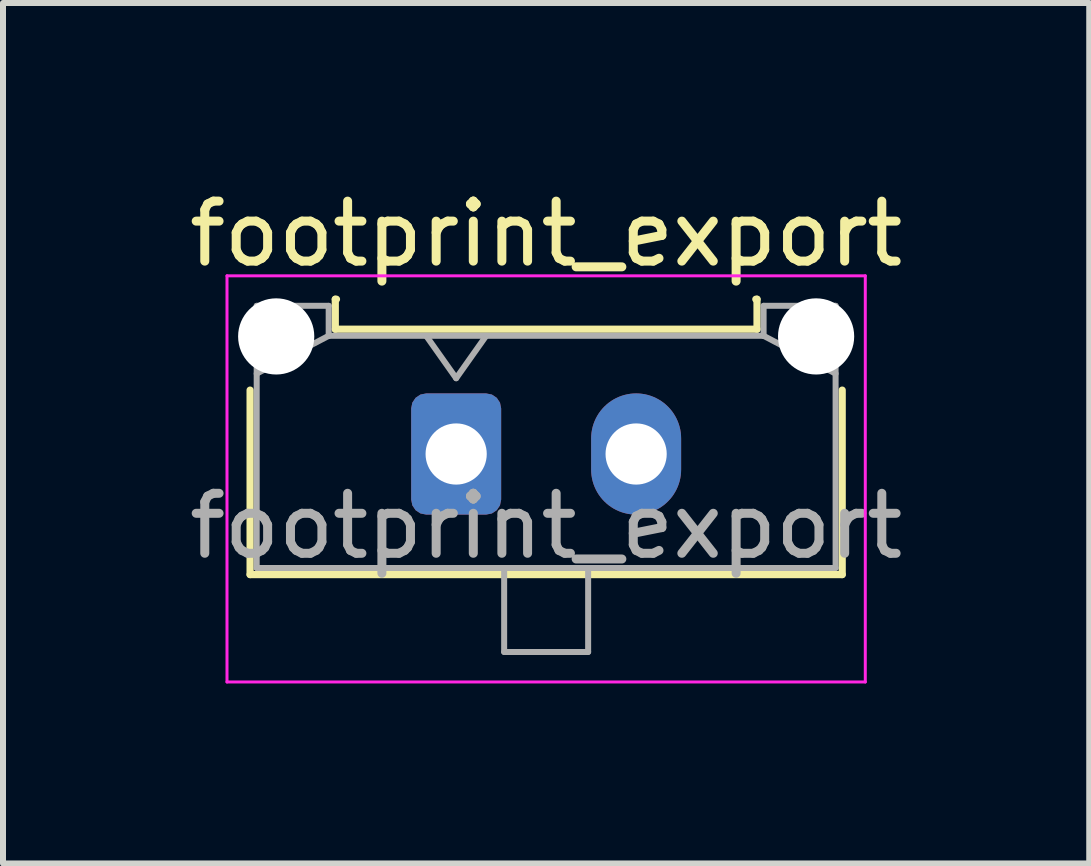
<source format=kicad_pcb>
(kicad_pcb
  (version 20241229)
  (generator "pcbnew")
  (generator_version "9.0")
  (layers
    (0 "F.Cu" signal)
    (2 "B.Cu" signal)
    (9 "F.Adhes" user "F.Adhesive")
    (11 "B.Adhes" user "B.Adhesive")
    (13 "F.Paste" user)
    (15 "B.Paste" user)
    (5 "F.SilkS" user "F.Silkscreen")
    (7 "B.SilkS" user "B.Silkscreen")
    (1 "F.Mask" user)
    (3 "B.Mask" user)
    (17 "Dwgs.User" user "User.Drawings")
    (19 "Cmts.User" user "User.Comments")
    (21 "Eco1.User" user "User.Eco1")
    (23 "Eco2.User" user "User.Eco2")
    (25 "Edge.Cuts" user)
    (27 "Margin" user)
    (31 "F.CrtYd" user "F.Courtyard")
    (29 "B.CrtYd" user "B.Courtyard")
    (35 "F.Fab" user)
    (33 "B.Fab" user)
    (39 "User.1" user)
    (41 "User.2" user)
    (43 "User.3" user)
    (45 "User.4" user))
  (footprint "footprint_export"
    (layer "F.Cu")
    (at 4.554 4.518)
    (property "Reference" "footprint_export" (at 1.5 -3.67 0) (layer "F.SilkS") (effects (font (size 1 1) (thickness 0.15))))
    (attr through_hole)
    (fp_line (start -3.435 -1.065) (end -3.435 2.01) (stroke (width 0.12) (type solid)) (layer "F.SilkS"))
    (fp_line (start -3.435 2.01) (end 6.435 2.01) (stroke (width 0.12) (type solid)) (layer "F.SilkS"))
    (fp_line (start -2.015 -2.58) (end -2.015 -2.08) (stroke (width 0.12) (type solid)) (layer "F.SilkS"))
    (fp_line (start -2.015 -2.08) (end 5.015 -2.08) (stroke (width 0.12) (type solid)) (layer "F.SilkS"))
    (fp_line (start -1.995 -2.58) (end -2.015 -2.58) (stroke (width 0.12) (type solid)) (layer "F.SilkS"))
    (fp_line (start 5.015 -2.58) (end 4.995 -2.58) (stroke (width 0.12) (type solid)) (layer "F.SilkS"))
    (fp_line (start 5.015 -2.08) (end 5.015 -2.58) (stroke (width 0.12) (type solid)) (layer "F.SilkS"))
    (fp_line (start 6.435 2.01) (end 6.435 -1.065) (stroke (width 0.12) (type solid)) (layer "F.SilkS"))
    (fp_line (start -3.82 -2.97) (end 6.82 -2.97) (stroke (width 0.05) (type solid)) (layer "F.CrtYd"))
    (fp_line (start -3.82 3.8) (end -3.82 -2.97) (stroke (width 0.05) (type solid)) (layer "F.CrtYd"))
    (fp_line (start 6.82 -2.97) (end 6.82 3.8) (stroke (width 0.05) (type solid)) (layer "F.CrtYd"))
    (fp_line (start 6.82 3.8) (end -3.82 3.8) (stroke (width 0.05) (type solid)) (layer "F.CrtYd"))
    (fp_line (start -3.325 -2.47) (end -3.325 1.9) (stroke (width 0.1) (type solid)) (layer "F.Fab"))
    (fp_line (start -3.325 -1.34) (end -2.125 -1.97) (stroke (width 0.1) (type solid)) (layer "F.Fab"))
    (fp_line (start -3.325 1.9) (end 6.325 1.9) (stroke (width 0.1) (type solid)) (layer "F.Fab"))
    (fp_line (start -2.125 -2.47) (end -3.325 -2.47) (stroke (width 0.1) (type solid)) (layer "F.Fab"))
    (fp_line (start -2.125 -1.97) (end -2.125 -2.47) (stroke (width 0.1) (type solid)) (layer "F.Fab"))
    (fp_line (start -0.5 -1.97) (end 0 -1.263) (stroke (width 0.1) (type solid)) (layer "F.Fab"))
    (fp_line (start 0 -1.263) (end 0.5 -1.97) (stroke (width 0.1) (type solid)) (layer "F.Fab"))
    (fp_line (start 0.8 1.9) (end 0.8 3.3) (stroke (width 0.1) (type solid)) (layer "F.Fab"))
    (fp_line (start 0.8 3.3) (end 2.2 3.3) (stroke (width 0.1) (type solid)) (layer "F.Fab"))
    (fp_line (start 2.2 3.3) (end 2.2 1.9) (stroke (width 0.1) (type solid)) (layer "F.Fab"))
    (fp_line (start 5.125 -2.47) (end 5.125 -1.97) (stroke (width 0.1) (type solid)) (layer "F.Fab"))
    (fp_line (start 5.125 -1.97) (end -2.125 -1.97) (stroke (width 0.1) (type solid)) (layer "F.Fab"))
    (fp_line (start 6.325 -2.47) (end 5.125 -2.47) (stroke (width 0.1) (type solid)) (layer "F.Fab"))
    (fp_line (start 6.325 -1.34) (end 5.125 -1.97) (stroke (width 0.1) (type solid)) (layer "F.Fab"))
    (fp_line (start 6.325 1.9) (end 6.325 -2.47) (stroke (width 0.1) (type solid)) (layer "F.Fab"))
    (fp_text user "${REFERENCE}" (at 1.5 1.2 0) (layer "F.Fab") (effects (font (size 1 1) (thickness 0.15))))
    (pad "" np_thru_hole circle (at -3 -1.96) (size 1.27 1.27) (drill 1.27) (layers "*.Cu" "*.Mask"))
    (pad "" np_thru_hole circle (at 6 -1.96) (size 1.27 1.27) (drill 1.27) (layers "*.Cu" "*.Mask"))
    (pad "1" thru_hole roundrect (at 0 0) (size 1.5 2.02) (drill 1.02) (layers "*.Cu" "*.Mask") (roundrect_rratio 0.167))
    (pad "2" thru_hole oval (at 3 0) (size 1.5 2.02) (drill 1.02) (layers "*.Cu" "*.Mask")))
  (gr_rect
    (start -3 -3)
    (end 15.107 11.343)
    (stroke (width 0.1) (type default))
    (fill no)
    (layer "Edge.Cuts")))
</source>
